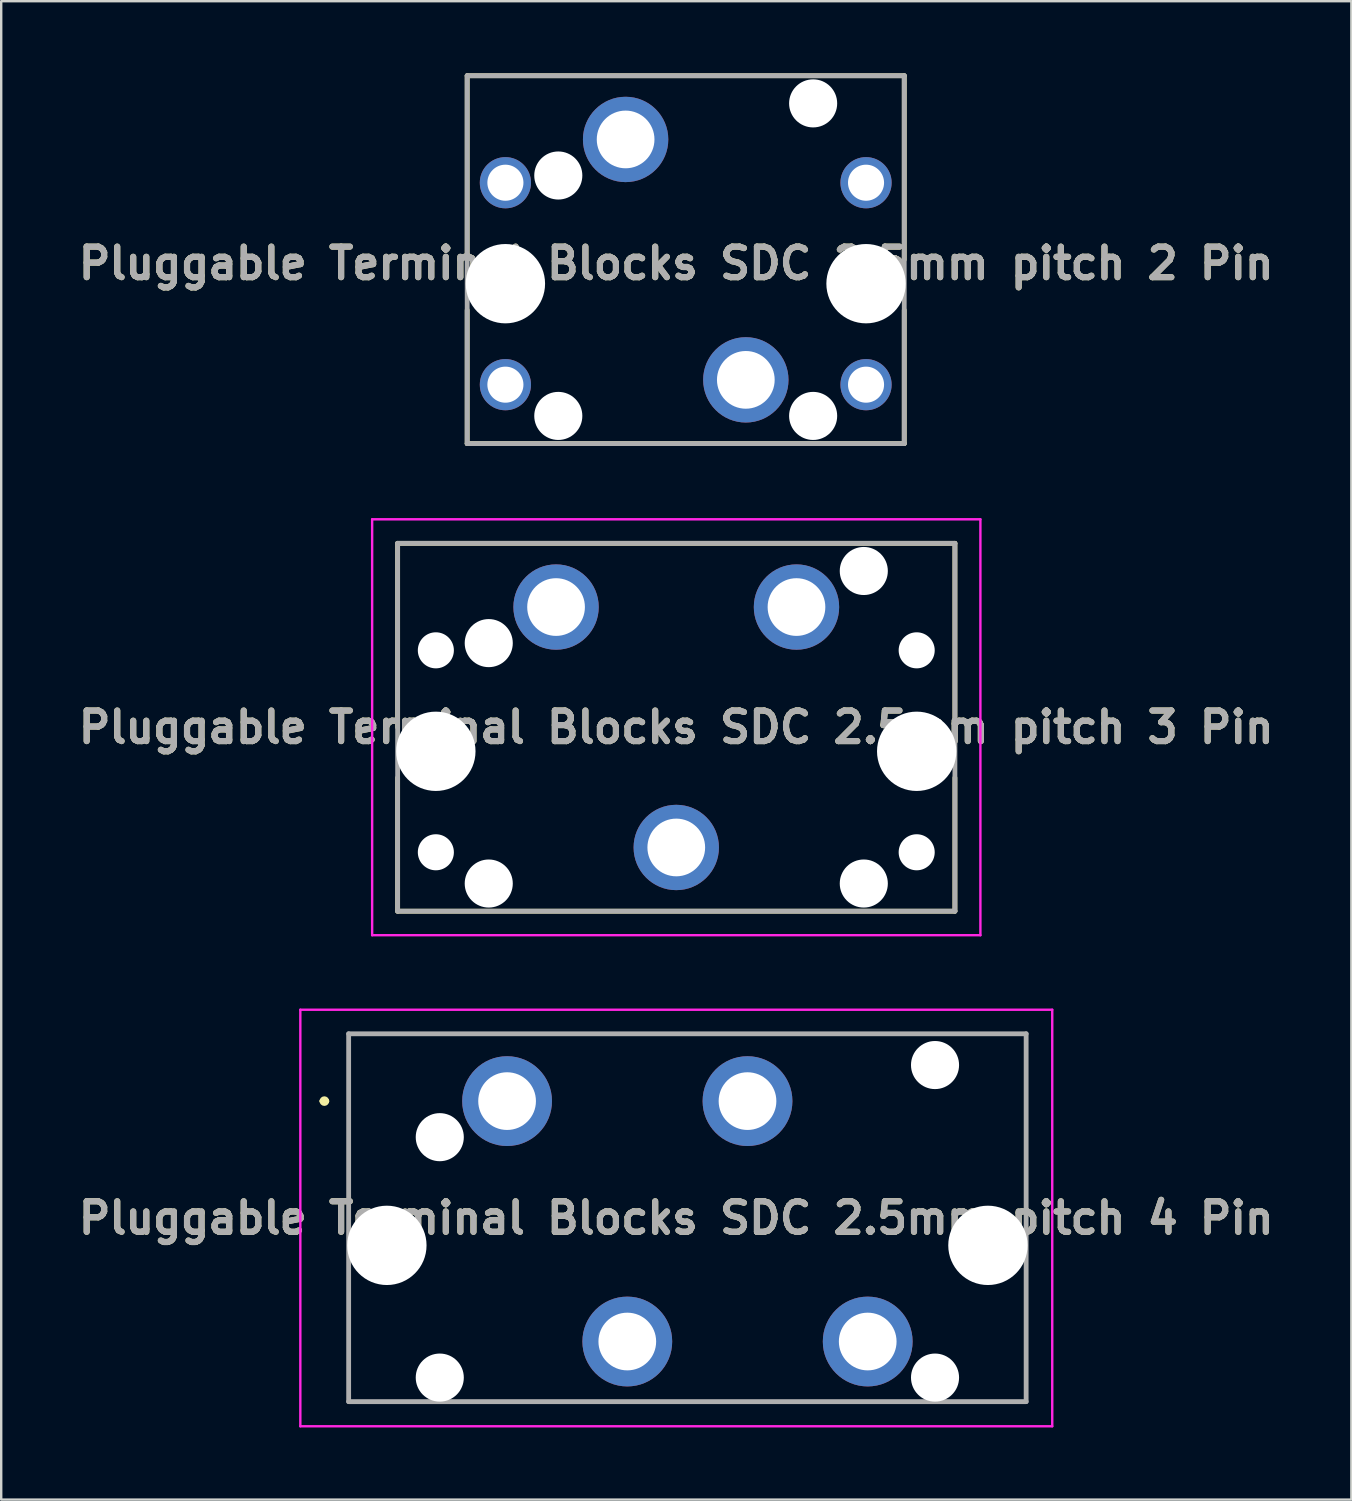
<source format=kicad_pcb>
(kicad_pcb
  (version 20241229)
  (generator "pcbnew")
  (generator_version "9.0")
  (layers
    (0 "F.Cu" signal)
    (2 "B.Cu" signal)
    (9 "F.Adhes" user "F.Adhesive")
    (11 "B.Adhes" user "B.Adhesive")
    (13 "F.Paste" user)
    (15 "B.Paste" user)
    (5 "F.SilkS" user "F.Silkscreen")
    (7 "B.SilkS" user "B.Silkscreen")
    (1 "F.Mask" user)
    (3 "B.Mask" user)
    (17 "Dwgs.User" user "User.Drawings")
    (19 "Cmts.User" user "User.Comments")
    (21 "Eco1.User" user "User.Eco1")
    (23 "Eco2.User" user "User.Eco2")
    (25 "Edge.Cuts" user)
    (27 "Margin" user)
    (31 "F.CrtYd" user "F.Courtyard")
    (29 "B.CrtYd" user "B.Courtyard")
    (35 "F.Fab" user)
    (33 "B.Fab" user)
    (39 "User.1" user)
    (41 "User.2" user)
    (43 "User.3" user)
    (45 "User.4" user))
  (footprint "Pluggable Terminal Blocks SDC 2.5mm pitch 4 Pin"
    (layer "F.Cu")
    (at 18.042 42.75)
    (property "Reference" "Pluggable Terminal Blocks SDC 2.5mm pitch 4 Pin" (at 7.037 4.862 0) (layer "F.SilkS") (effects (font (size 1.27 1.27) (thickness 0.254))))
    (attr through_hole)
    (fp_line (start -7.7 0) (end -7.7 0) (stroke (width 0.2) (type solid)) (layer "F.SilkS"))
    (fp_line (start -7.5 0) (end -7.5 0) (stroke (width 0.2) (type solid)) (layer "F.SilkS"))
    (fp_line (start -6.59 -2.8) (end 21.59 -2.8) (stroke (width 0.1) (type solid)) (layer "F.SilkS"))
    (fp_line (start -6.59 4.5) (end -6.59 -2.8) (stroke (width 0.1) (type solid)) (layer "F.SilkS"))
    (fp_line (start -6.59 7.5) (end -6.59 12.5) (stroke (width 0.1) (type solid)) (layer "F.SilkS"))
    (fp_line (start -6.59 12.5) (end -4 12.5) (stroke (width 0.1) (type solid)) (layer "F.SilkS"))
    (fp_line (start -1.5 12.5) (end 16 12.5) (stroke (width 0.1) (type solid)) (layer "F.SilkS"))
    (fp_line (start 19 12.5) (end 21.59 12.5) (stroke (width 0.1) (type solid)) (layer "F.SilkS"))
    (fp_line (start 21.59 -2.8) (end 21.59 4.5) (stroke (width 0.1) (type solid)) (layer "F.SilkS"))
    (fp_line (start 21.59 12.5) (end 21.59 8) (stroke (width 0.1) (type solid)) (layer "F.SilkS"))
    (fp_arc (start -7.7 0) (mid -7.6 -0.1) (end -7.5 0) (stroke (width 0.2) (type solid)) (layer "F.SilkS"))
    (fp_arc (start -7.5 0) (mid -7.6 0.1) (end -7.7 0) (stroke (width 0.2) (type solid)) (layer "F.SilkS"))
    (fp_line (start -8.6 -3.8) (end 22.675 -3.8) (stroke (width 0.1) (type solid)) (layer "F.CrtYd"))
    (fp_line (start -8.6 13.525) (end -8.6 -3.8) (stroke (width 0.1) (type solid)) (layer "F.CrtYd"))
    (fp_line (start 22.675 -3.8) (end 22.675 13.525) (stroke (width 0.1) (type solid)) (layer "F.CrtYd"))
    (fp_line (start 22.675 13.525) (end -8.6 13.525) (stroke (width 0.1) (type solid)) (layer "F.CrtYd"))
    (fp_line (start -6.59 -2.8) (end 21.59 -2.8) (stroke (width 0.2) (type solid)) (layer "F.Fab"))
    (fp_line (start -6.59 12.5) (end -6.59 -2.8) (stroke (width 0.2) (type solid)) (layer "F.Fab"))
    (fp_line (start 21.59 -2.8) (end 21.59 12.5) (stroke (width 0.2) (type solid)) (layer "F.Fab"))
    (fp_line (start 21.59 12.5) (end -6.59 12.5) (stroke (width 0.2) (type solid)) (layer "F.Fab"))
    (fp_text user "${REFERENCE}" (at 7.037 4.862 0) (layer "F.Fab") (effects (font (size 1.27 1.27) (thickness 0.254))))
    (pad "" np_thru_hole circle (at -5 6) (size 3.3 3.3) (drill 3.3) (layers "*.Cu" "*.Mask"))
    (pad "" np_thru_hole circle (at -2.8 1.5) (size 2 2) (drill 2) (layers "*.Cu" "*.Mask"))
    (pad "" np_thru_hole circle (at -2.8 11.5) (size 2 2) (drill 2) (layers "*.Cu" "*.Mask"))
    (pad "" np_thru_hole circle (at 17.8 -1.5) (size 2 2) (drill 2) (layers "*.Cu" "*.Mask"))
    (pad "" np_thru_hole circle (at 17.8 11.5) (size 2 2) (drill 2) (layers "*.Cu" "*.Mask"))
    (pad "" np_thru_hole circle (at 20 6) (size 3.3 3.3) (drill 3.3) (layers "*.Cu" "*.Mask"))
    (pad "1" thru_hole circle (at 0 0) (size 3.735 3.735) (drill 2.4) (layers "*.Cu" "*.Mask"))
    (pad "2" thru_hole circle (at 5 10) (size 3.735 3.735) (drill 2.4) (layers "*.Cu" "*.Mask"))
    (pad "3" thru_hole circle (at 10 0) (size 3.735 3.735) (drill 2.4) (layers "*.Cu" "*.Mask"))
    (pad "4" thru_hole circle (at 15 10) (size 3.735 3.735) (drill 2.4) (layers "*.Cu" "*.Mask")))
  (footprint "Pluggable Terminal Blocks SDC 2.5mm pitch 2 Pin"
    (layer "F.Cu")
    (at 25.472 8.75)
    (property "Reference" "Pluggable Terminal Blocks SDC 2.5mm pitch 2 Pin" (at -0.393 -0.846 0) (layer "F.SilkS") (effects (font (size 1.27 1.27) (thickness 0.254))))
    (attr through_hole)
    (fp_line (start -9.09 -8.65) (end -9.09 -1) (stroke (width 0.2) (type solid)) (layer "F.SilkS"))
    (fp_line (start -9.09 -8.65) (end 9.09 -8.65) (stroke (width 0.2) (type solid)) (layer "F.SilkS"))
    (fp_line (start -9.09 6.65) (end -9.09 1.1) (stroke (width 0.2) (type solid)) (layer "F.SilkS"))
    (fp_line (start -9.09 6.65) (end 9.09 6.65) (stroke (width 0.2) (type solid)) (layer "F.SilkS"))
    (fp_line (start 9.09 -8.65) (end 9.09 -1) (stroke (width 0.2) (type solid)) (layer "F.SilkS"))
    (fp_line (start 9.09 6.65) (end 9.09 1.1) (stroke (width 0.2) (type solid)) (layer "F.SilkS"))
    (fp_line (start -9.09 -8.65) (end 9.09 -8.65) (stroke (width 0.2) (type solid)) (layer "F.Fab"))
    (fp_line (start -9.09 6.65) (end -9.09 -8.65) (stroke (width 0.2) (type solid)) (layer "F.Fab"))
    (fp_line (start 9.09 -8.65) (end 9.09 6.65) (stroke (width 0.2) (type solid)) (layer "F.Fab"))
    (fp_line (start 9.09 6.65) (end -9.09 6.65) (stroke (width 0.2) (type solid)) (layer "F.Fab"))
    (fp_text user "${REFERENCE}" (at -0.393 -0.846 0) (layer "F.Fab") (effects (font (size 1.27 1.27) (thickness 0.254))))
    (pad "" np_thru_hole circle (at -7.5 0) (size 3.3 3.3) (drill 3.3) (layers "*.Cu" "*.Mask"))
    (pad "" np_thru_hole circle (at -5.3 -4.5) (size 2 2) (drill 2) (layers "*.Cu" "*.Mask"))
    (pad "" np_thru_hole circle (at -5.3 5.5) (size 2 2) (drill 2) (layers "*.Cu" "*.Mask"))
    (pad "" np_thru_hole circle (at 5.3 -7.5) (size 2 2) (drill 2) (layers "*.Cu" "*.Mask"))
    (pad "" np_thru_hole circle (at 5.3 5.5) (size 2 2) (drill 2) (layers "*.Cu" "*.Mask"))
    (pad "" np_thru_hole circle (at 7.5 0) (size 3.3 3.3) (drill 3.3) (layers "*.Cu" "*.Mask"))
    (pad "1" thru_hole circle (at -2.5 -6) (size 3.55 3.55) (drill 2.4) (layers "*.Cu" "*.Mask"))
    (pad "2" thru_hole circle (at 2.5 4) (size 3.55 3.55) (drill 2.4) (layers "*.Cu" "*.Mask"))
    (pad "9" thru_hole circle (at 7.5 4.2) (size 2.13 2.13) (drill 1.5) (layers "*.Cu" "*.Mask"))
    (pad "10" thru_hole circle (at 7.5 -4.2) (size 2.13 2.13) (drill 1.5) (layers "*.Cu" "*.Mask"))
    (pad "11" thru_hole circle (at -7.5 4.2) (size 2.13 2.13) (drill 1.5) (layers "*.Cu" "*.Mask"))
    (pad "12" thru_hole circle (at -7.5 -4.2) (size 2.13 2.13) (drill 1.5) (layers "*.Cu" "*.Mask")))
  (footprint "Pluggable Terminal Blocks SDC 2.5mm pitch 3 Pin"
    (layer "F.Cu")
    (at 20.079 22.2)
    (property "Reference" "Pluggable Terminal Blocks SDC 2.5mm pitch 3 Pin" (at 5 5 0) (layer "F.SilkS") (effects (font (size 1.27 1.27) (thickness 0.254))))
    (attr through_hole)
    (fp_line (start -6.59 -2.65) (end -6.59 5) (stroke (width 0.2) (type solid)) (layer "F.SilkS"))
    (fp_line (start -6.59 -2.65) (end 16.59 -2.65) (stroke (width 0.2) (type solid)) (layer "F.SilkS"))
    (fp_line (start -6.59 12.65) (end -6.59 7.1) (stroke (width 0.2) (type solid)) (layer "F.SilkS"))
    (fp_line (start -6.59 12.65) (end 16.59 12.65) (stroke (width 0.2) (type solid)) (layer "F.SilkS"))
    (fp_line (start 16.59 -2.65) (end 16.59 5) (stroke (width 0.2) (type solid)) (layer "F.SilkS"))
    (fp_line (start 16.59 12.65) (end 16.59 7.1) (stroke (width 0.2) (type solid)) (layer "F.SilkS"))
    (fp_line (start -7.65 -3.65) (end 17.65 -3.65) (stroke (width 0.1) (type solid)) (layer "F.CrtYd"))
    (fp_line (start -7.65 13.65) (end -7.65 -3.65) (stroke (width 0.1) (type solid)) (layer "F.CrtYd"))
    (fp_line (start 17.65 -3.65) (end 17.65 13.65) (stroke (width 0.1) (type solid)) (layer "F.CrtYd"))
    (fp_line (start 17.65 13.65) (end -7.65 13.65) (stroke (width 0.1) (type solid)) (layer "F.CrtYd"))
    (fp_line (start -6.59 -2.65) (end 16.59 -2.65) (stroke (width 0.2) (type solid)) (layer "F.Fab"))
    (fp_line (start -6.59 12.65) (end -6.59 -2.65) (stroke (width 0.2) (type solid)) (layer "F.Fab"))
    (fp_line (start 16.59 -2.65) (end 16.59 12.65) (stroke (width 0.2) (type solid)) (layer "F.Fab"))
    (fp_line (start 16.59 12.65) (end -6.59 12.65) (stroke (width 0.2) (type solid)) (layer "F.Fab"))
    (fp_text user "${REFERENCE}" (at 5 5 0) (layer "F.Fab") (effects (font (size 1.27 1.27) (thickness 0.254))))
    (pad "" np_thru_hole circle (at -5 1.8) (size 1.5 1.5) (drill 1.5) (layers "*.Cu" "*.Mask"))
    (pad "" np_thru_hole circle (at -5 6) (size 3.3 3.3) (drill 3.3) (layers "*.Cu" "*.Mask"))
    (pad "" np_thru_hole circle (at -5 10.2) (size 1.5 1.5) (drill 1.5) (layers "*.Cu" "*.Mask"))
    (pad "" np_thru_hole circle (at -2.8 1.5) (size 2 2) (drill 2) (layers "*.Cu" "*.Mask"))
    (pad "" np_thru_hole circle (at -2.8 11.5) (size 2 2) (drill 2) (layers "*.Cu" "*.Mask"))
    (pad "" np_thru_hole circle (at 12.8 -1.5) (size 2 2) (drill 2) (layers "*.Cu" "*.Mask"))
    (pad "" np_thru_hole circle (at 12.8 11.5) (size 2 2) (drill 2) (layers "*.Cu" "*.Mask"))
    (pad "" np_thru_hole circle (at 15 1.8) (size 1.5 1.5) (drill 1.5) (layers "*.Cu" "*.Mask"))
    (pad "" np_thru_hole circle (at 15 6) (size 3.3 3.3) (drill 3.3) (layers "*.Cu" "*.Mask"))
    (pad "" np_thru_hole circle (at 15 10.2) (size 1.5 1.5) (drill 1.5) (layers "*.Cu" "*.Mask"))
    (pad "1" thru_hole circle (at 0 0) (size 3.55 3.55) (drill 2.4) (layers "*.Cu" "*.Mask"))
    (pad "2" thru_hole circle (at 5 10) (size 3.55 3.55) (drill 2.4) (layers "*.Cu" "*.Mask"))
    (pad "3" thru_hole circle (at 10 0) (size 3.55 3.55) (drill 2.4) (layers "*.Cu" "*.Mask")))
  (gr_rect
    (start -3 -3)
    (end 53.159 59.325)
    (stroke (width 0.1) (type default))
    (fill no)
    (layer "Edge.Cuts")))
</source>
